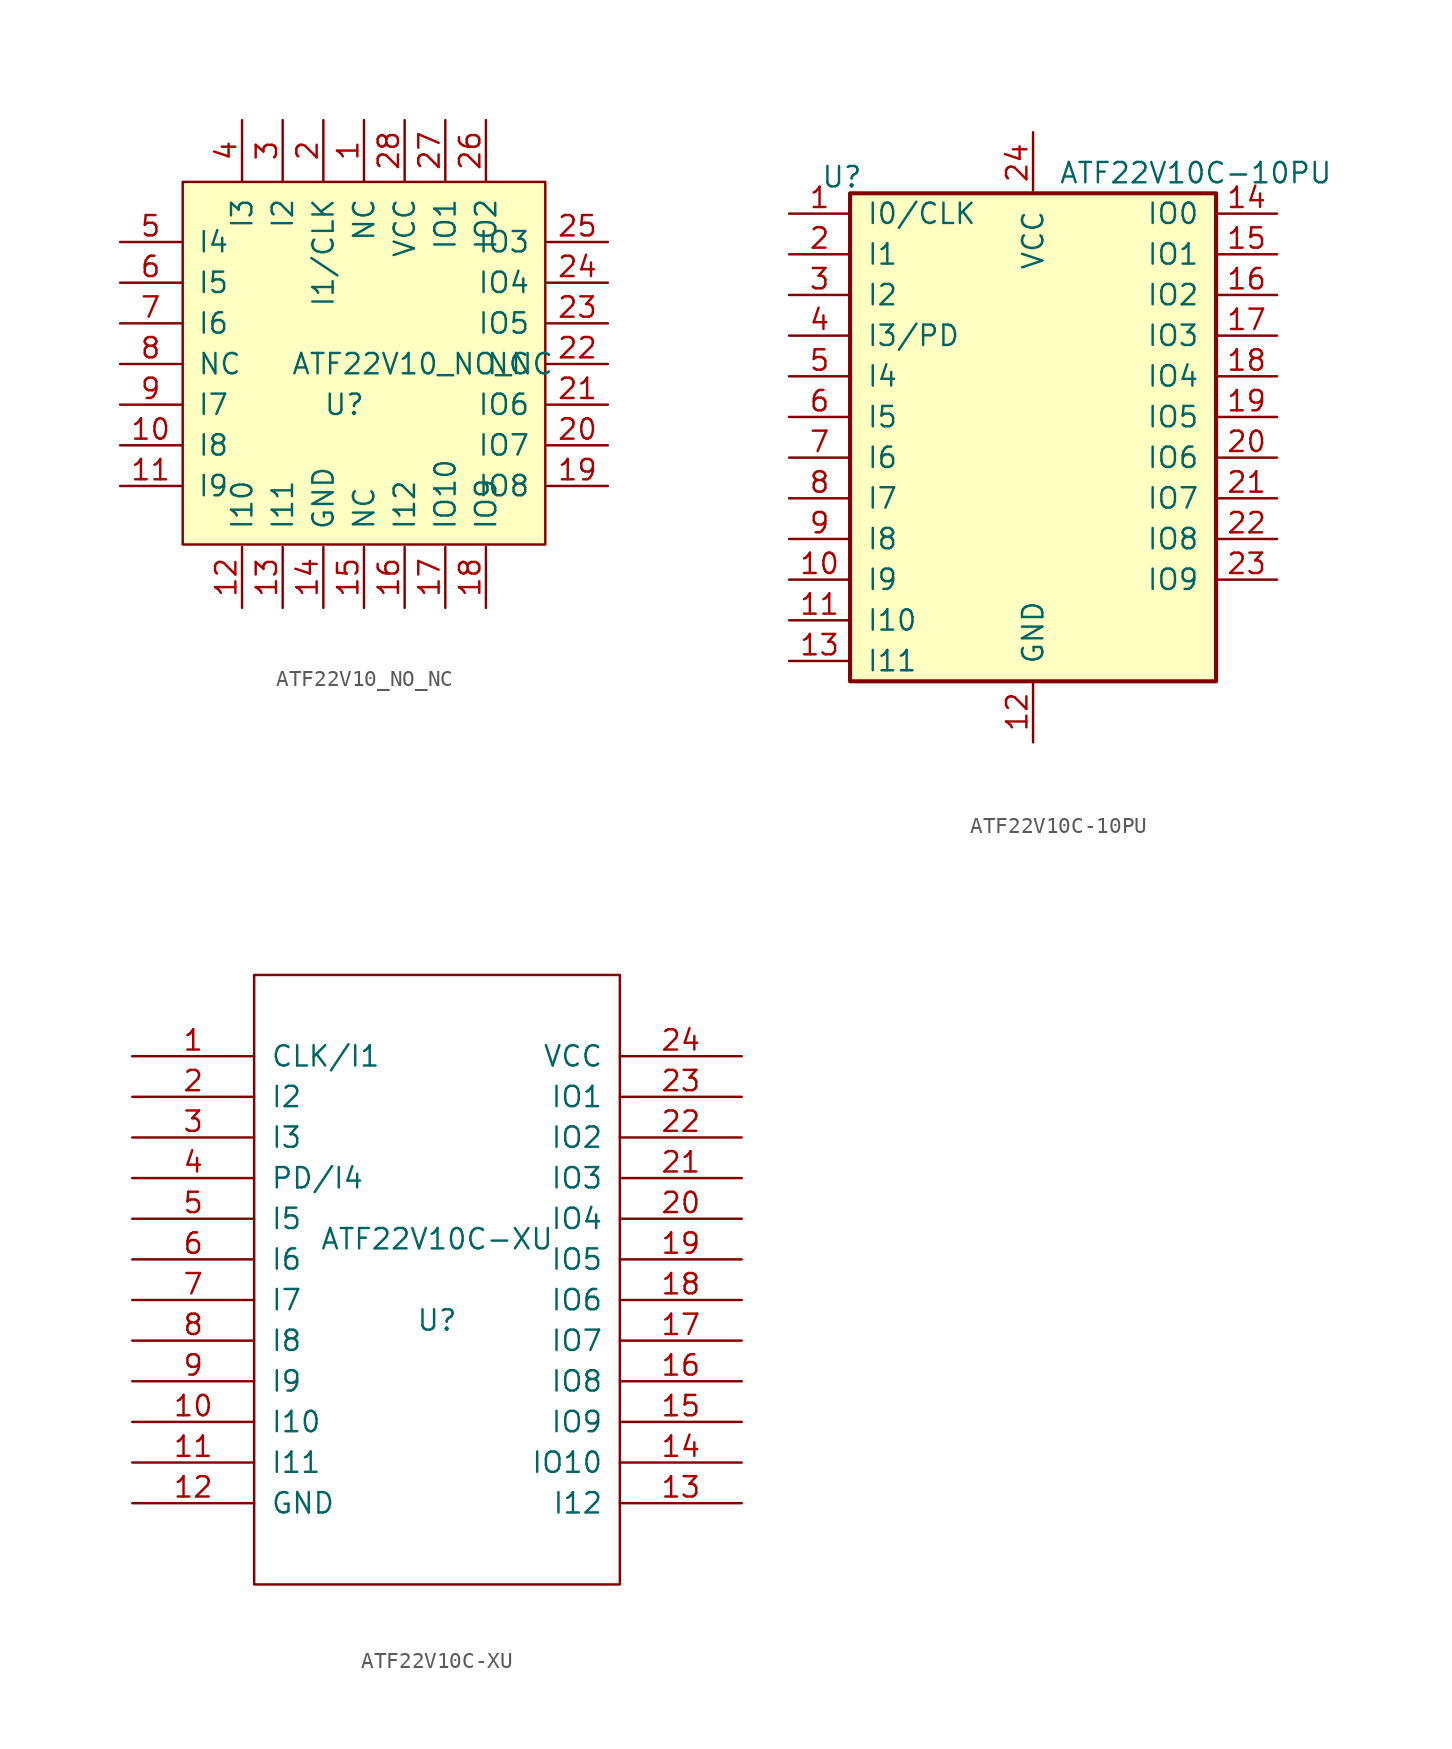
<source format=kicad_sym>
(kicad_symbol_lib
  (version 20211014)
  (generator kicad_symbol_editor)
  (symbol "ATF22V10_NO_NC"
    (pin_names
      (offset 1.016))
    (property "Reference" "U"
      (at -2.54 -2.54 0)
      (effects (font (size 1.27 1.27)) (justify left)))
    (property "Value" "ATF22V10_NO_NC"
      (at -4.572 0 0)
      (effects (font (size 1.27 1.27)) (justify left)))
    (symbol "ATF22V10_NO_NC_0_0"
      (pin input line (at -15.24 -5.08 0) (length 3.81) (name "I8" (effects (font (size 1.27 1.27)))) (number "10" (effects (font (size 1.27 1.27)))))
      (pin tri_state line (at 15.24 -5.08 180) (length 3.81) (name "IO7" (effects (font (size 1.27 1.27)))) (number "20" (effects (font (size 1.27 1.27))))))
    (symbol "ATF22V10_NO_NC_0_1"
      (rectangle (start -11.328 11.379) (end 11.328 -11.278) (stroke (width 0) (type default) (color 0 0 0 0)) (fill (type background))))
    (symbol "ATF22V10_NO_NC_1_1"
      (pin bidirectional line (at 0 15.24 270) (length 3.81) (name "NC" (effects (font (size 1.27 1.27)))) (number "1" (effects (font (size 1.27 1.27)))))
      (pin input line (at -15.24 -7.62 0) (length 3.81) (name "I9" (effects (font (size 1.27 1.27)))) (number "11" (effects (font (size 1.27 1.27)))))
      (pin input line (at -7.62 -15.24 90) (length 3.81) (name "I10" (effects (font (size 1.27 1.27)))) (number "12" (effects (font (size 1.27 1.27)))))
      (pin input line (at -5.08 -15.24 90) (length 3.81) (name "I11" (effects (font (size 1.27 1.27)))) (number "13" (effects (font (size 1.27 1.27)))))
      (pin power_in line (at -2.54 -15.24 90) (length 3.81) (name "GND" (effects (font (size 1.27 1.27)))) (number "14" (effects (font (size 1.27 1.27)))))
      (pin bidirectional line (at 0 -15.24 90) (length 3.81) (name "NC" (effects (font (size 1.27 1.27)))) (number "15" (effects (font (size 1.27 1.27)))))
      (pin input line (at 2.54 -15.24 90) (length 3.81) (name "I12" (effects (font (size 1.27 1.27)))) (number "16" (effects (font (size 1.27 1.27)))))
      (pin tri_state line (at 5.08 -15.24 90) (length 3.81) (name "IO10" (effects (font (size 1.27 1.27)))) (number "17" (effects (font (size 1.27 1.27)))))
      (pin tri_state line (at 7.62 -15.24 90) (length 3.81) (name "IO9" (effects (font (size 1.27 1.27)))) (number "18" (effects (font (size 1.27 1.27)))))
      (pin tri_state line (at 15.24 -7.62 180) (length 3.81) (name "IO8" (effects (font (size 1.27 1.27)))) (number "19" (effects (font (size 1.27 1.27)))))
      (pin input line (at -2.54 15.24 270) (length 3.81) (name "I1/CLK" (effects (font (size 1.27 1.27)))) (number "2" (effects (font (size 1.27 1.27)))))
      (pin tri_state line (at 15.24 -2.54 180) (length 3.81) (name "IO6" (effects (font (size 1.27 1.27)))) (number "21" (effects (font (size 1.27 1.27)))))
      (pin bidirectional line (at 15.24 0 180) (length 3.81) (name "NC" (effects (font (size 1.27 1.27)))) (number "22" (effects (font (size 1.27 1.27)))))
      (pin tri_state line (at 15.24 2.54 180) (length 3.81) (name "IO5" (effects (font (size 1.27 1.27)))) (number "23" (effects (font (size 1.27 1.27)))))
      (pin tri_state line (at 15.24 5.08 180) (length 3.81) (name "IO4" (effects (font (size 1.27 1.27)))) (number "24" (effects (font (size 1.27 1.27)))))
      (pin tri_state line (at 15.24 7.62 180) (length 3.81) (name "IO3" (effects (font (size 1.27 1.27)))) (number "25" (effects (font (size 1.27 1.27)))))
      (pin tri_state line (at 7.62 15.24 270) (length 3.81) (name "IO2" (effects (font (size 1.27 1.27)))) (number "26" (effects (font (size 1.27 1.27)))))
      (pin tri_state line (at 5.08 15.24 270) (length 3.81) (name "IO1" (effects (font (size 1.27 1.27)))) (number "27" (effects (font (size 1.27 1.27)))))
      (pin power_in line (at 2.54 15.24 270) (length 3.81) (name "VCC" (effects (font (size 1.27 1.27)))) (number "28" (effects (font (size 1.27 1.27)))))
      (pin input line (at -5.08 15.24 270) (length 3.81) (name "I2" (effects (font (size 1.27 1.27)))) (number "3" (effects (font (size 1.27 1.27)))))
      (pin input line (at -7.62 15.24 270) (length 3.81) (name "I3" (effects (font (size 1.27 1.27)))) (number "4" (effects (font (size 1.27 1.27)))))
      (pin input line (at -15.24 7.62 0) (length 3.81) (name "I4" (effects (font (size 1.27 1.27)))) (number "5" (effects (font (size 1.27 1.27)))))
      (pin input line (at -15.24 5.08 0) (length 3.81) (name "I5" (effects (font (size 1.27 1.27)))) (number "6" (effects (font (size 1.27 1.27)))))
      (pin input line (at -15.24 2.54 0) (length 3.81) (name "I6" (effects (font (size 1.27 1.27)))) (number "7" (effects (font (size 1.27 1.27)))))
      (pin bidirectional line (at -15.24 0 0) (length 3.81) (name "NC" (effects (font (size 1.27 1.27)))) (number "8" (effects (font (size 1.27 1.27)))))
      (pin input line (at -15.24 -2.54 0) (length 3.81) (name "I7" (effects (font (size 1.27 1.27)))) (number "9" (effects (font (size 1.27 1.27)))))))
  (symbol "ATF22V10C-10PU"
    (pin_names
      (offset 1.016))
    (property "Reference" "U"
      (at -11.938 17.526 0)
      (effects (font (size 1.27 1.27))))
    (property "Value" "ATF22V10C-10PU"
      (at 10.16 17.78 0)
      (effects (font (size 1.27 1.27))))
    (symbol "ATF22V10C-10PU_0_1"
      (rectangle (start -11.43 -13.97) (end 11.43 16.51) (stroke (width 0.254) (type default) (color 0 0 0 0)) (fill (type background))))
    (symbol "ATF22V10C-10PU_1_1"
      (pin input line (at -15.24 15.24 0) (length 3.81) (name "I0/CLK" (effects (font (size 1.27 1.27)))) (number "1" (effects (font (size 1.27 1.27)))))
      (pin input line (at -15.24 -7.62 0) (length 3.81) (name "I9" (effects (font (size 1.27 1.27)))) (number "10" (effects (font (size 1.27 1.27)))))
      (pin input line (at -15.24 -10.16 0) (length 3.81) (name "I10" (effects (font (size 1.27 1.27)))) (number "11" (effects (font (size 1.27 1.27)))))
      (pin power_in line (at 0 -17.78 90) (length 3.81) (name "GND" (effects (font (size 1.27 1.27)))) (number "12" (effects (font (size 1.27 1.27)))))
      (pin input line (at -15.24 -12.7 0) (length 3.81) (name "I11" (effects (font (size 1.27 1.27)))) (number "13" (effects (font (size 1.27 1.27)))))
      (pin tri_state line (at 15.24 15.24 180) (length 3.81) (name "IO0" (effects (font (size 1.27 1.27)))) (number "14" (effects (font (size 1.27 1.27)))))
      (pin tri_state line (at 15.24 12.7 180) (length 3.81) (name "IO1" (effects (font (size 1.27 1.27)))) (number "15" (effects (font (size 1.27 1.27)))))
      (pin tri_state line (at 15.24 10.16 180) (length 3.81) (name "IO2" (effects (font (size 1.27 1.27)))) (number "16" (effects (font (size 1.27 1.27)))))
      (pin tri_state line (at 15.24 7.62 180) (length 3.81) (name "IO3" (effects (font (size 1.27 1.27)))) (number "17" (effects (font (size 1.27 1.27)))))
      (pin tri_state line (at 15.24 5.08 180) (length 3.81) (name "IO4" (effects (font (size 1.27 1.27)))) (number "18" (effects (font (size 1.27 1.27)))))
      (pin tri_state line (at 15.24 2.54 180) (length 3.81) (name "IO5" (effects (font (size 1.27 1.27)))) (number "19" (effects (font (size 1.27 1.27)))))
      (pin input line (at -15.24 12.7 0) (length 3.81) (name "I1" (effects (font (size 1.27 1.27)))) (number "2" (effects (font (size 1.27 1.27)))))
      (pin tri_state line (at 15.24 0 180) (length 3.81) (name "IO6" (effects (font (size 1.27 1.27)))) (number "20" (effects (font (size 1.27 1.27)))))
      (pin tri_state line (at 15.24 -2.54 180) (length 3.81) (name "IO7" (effects (font (size 1.27 1.27)))) (number "21" (effects (font (size 1.27 1.27)))))
      (pin tri_state line (at 15.24 -5.08 180) (length 3.81) (name "IO8" (effects (font (size 1.27 1.27)))) (number "22" (effects (font (size 1.27 1.27)))))
      (pin tri_state line (at 15.24 -7.62 180) (length 3.81) (name "IO9" (effects (font (size 1.27 1.27)))) (number "23" (effects (font (size 1.27 1.27)))))
      (pin power_in line (at 0 20.32 270) (length 3.81) (name "VCC" (effects (font (size 1.27 1.27)))) (number "24" (effects (font (size 1.27 1.27)))))
      (pin input line (at -15.24 10.16 0) (length 3.81) (name "I2" (effects (font (size 1.27 1.27)))) (number "3" (effects (font (size 1.27 1.27)))))
      (pin input line (at -15.24 7.62 0) (length 3.81) (name "I3/PD" (effects (font (size 1.27 1.27)))) (number "4" (effects (font (size 1.27 1.27)))))
      (pin input line (at -15.24 5.08 0) (length 3.81) (name "I4" (effects (font (size 1.27 1.27)))) (number "5" (effects (font (size 1.27 1.27)))))
      (pin input line (at -15.24 2.54 0) (length 3.81) (name "I5" (effects (font (size 1.27 1.27)))) (number "6" (effects (font (size 1.27 1.27)))))
      (pin input line (at -15.24 0 0) (length 3.81) (name "I6" (effects (font (size 1.27 1.27)))) (number "7" (effects (font (size 1.27 1.27)))))
      (pin input line (at -15.24 -2.54 0) (length 3.81) (name "I7" (effects (font (size 1.27 1.27)))) (number "8" (effects (font (size 1.27 1.27)))))
      (pin input line (at -15.24 -5.08 0) (length 3.81) (name "I8" (effects (font (size 1.27 1.27)))) (number "9" (effects (font (size 1.27 1.27)))))))
  (symbol "ATF22V10C-XU"
    (pin_names
      (offset 1.016))
    (property "Reference" "U"
      (at 0 -2.54 0)
      (effects (font (size 1.27 1.27))))
    (property "Value" "ATF22V10C-XU"
      (at 0 2.54 0)
      (effects (font (size 1.27 1.27))))
    (symbol "ATF22V10C-XU_1_0"
      (rectangle (start -11.43 -19.05) (end 11.43 19.05) (stroke (width 0) (type default) (color 0 0 0 0)) (fill (type none))))
    (symbol "ATF22V10C-XU_1_1"
      (pin input line (at -19.05 13.97 0) (length 7.62) (name "CLK/I1" (effects (font (size 1.27 1.27)))) (number "1" (effects (font (size 1.27 1.27)))))
      (pin input line (at -19.05 -8.89 0) (length 7.62) (name "I10" (effects (font (size 1.27 1.27)))) (number "10" (effects (font (size 1.27 1.27)))))
      (pin input line (at -19.05 -11.43 0) (length 7.62) (name "I11" (effects (font (size 1.27 1.27)))) (number "11" (effects (font (size 1.27 1.27)))))
      (pin input line (at -19.05 -13.97 0) (length 7.62) (name "GND" (effects (font (size 1.27 1.27)))) (number "12" (effects (font (size 1.27 1.27)))))
      (pin input line (at 19.05 -13.97 180) (length 7.62) (name "I12" (effects (font (size 1.27 1.27)))) (number "13" (effects (font (size 1.27 1.27)))))
      (pin input line (at 19.05 -11.43 180) (length 7.62) (name "IO10" (effects (font (size 1.27 1.27)))) (number "14" (effects (font (size 1.27 1.27)))))
      (pin input line (at 19.05 -8.89 180) (length 7.62) (name "IO9" (effects (font (size 1.27 1.27)))) (number "15" (effects (font (size 1.27 1.27)))))
      (pin input line (at 19.05 -6.35 180) (length 7.62) (name "IO8" (effects (font (size 1.27 1.27)))) (number "16" (effects (font (size 1.27 1.27)))))
      (pin input line (at 19.05 -3.81 180) (length 7.62) (name "IO7" (effects (font (size 1.27 1.27)))) (number "17" (effects (font (size 1.27 1.27)))))
      (pin input line (at 19.05 -1.27 180) (length 7.62) (name "IO6" (effects (font (size 1.27 1.27)))) (number "18" (effects (font (size 1.27 1.27)))))
      (pin input line (at 19.05 1.27 180) (length 7.62) (name "IO5" (effects (font (size 1.27 1.27)))) (number "19" (effects (font (size 1.27 1.27)))))
      (pin input line (at -19.05 11.43 0) (length 7.62) (name "I2" (effects (font (size 1.27 1.27)))) (number "2" (effects (font (size 1.27 1.27)))))
      (pin input line (at 19.05 3.81 180) (length 7.62) (name "IO4" (effects (font (size 1.27 1.27)))) (number "20" (effects (font (size 1.27 1.27)))))
      (pin input line (at 19.05 6.35 180) (length 7.62) (name "IO3" (effects (font (size 1.27 1.27)))) (number "21" (effects (font (size 1.27 1.27)))))
      (pin input line (at 19.05 8.89 180) (length 7.62) (name "IO2" (effects (font (size 1.27 1.27)))) (number "22" (effects (font (size 1.27 1.27)))))
      (pin input line (at 19.05 11.43 180) (length 7.62) (name "IO1" (effects (font (size 1.27 1.27)))) (number "23" (effects (font (size 1.27 1.27)))))
      (pin input line (at 19.05 13.97 180) (length 7.62) (name "VCC" (effects (font (size 1.27 1.27)))) (number "24" (effects (font (size 1.27 1.27)))))
      (pin input line (at -19.05 8.89 0) (length 7.62) (name "I3" (effects (font (size 1.27 1.27)))) (number "3" (effects (font (size 1.27 1.27)))))
      (pin input line (at -19.05 6.35 0) (length 7.62) (name "PD/I4" (effects (font (size 1.27 1.27)))) (number "4" (effects (font (size 1.27 1.27)))))
      (pin input line (at -19.05 3.81 0) (length 7.62) (name "I5" (effects (font (size 1.27 1.27)))) (number "5" (effects (font (size 1.27 1.27)))))
      (pin input line (at -19.05 1.27 0) (length 7.62) (name "I6" (effects (font (size 1.27 1.27)))) (number "6" (effects (font (size 1.27 1.27)))))
      (pin input line (at -19.05 -1.27 0) (length 7.62) (name "I7" (effects (font (size 1.27 1.27)))) (number "7" (effects (font (size 1.27 1.27)))))
      (pin input line (at -19.05 -3.81 0) (length 7.62) (name "I8" (effects (font (size 1.27 1.27)))) (number "8" (effects (font (size 1.27 1.27)))))
      (pin input line (at -19.05 -6.35 0) (length 7.62) (name "I9" (effects (font (size 1.27 1.27)))) (number "9" (effects (font (size 1.27 1.27))))))))
</source>
